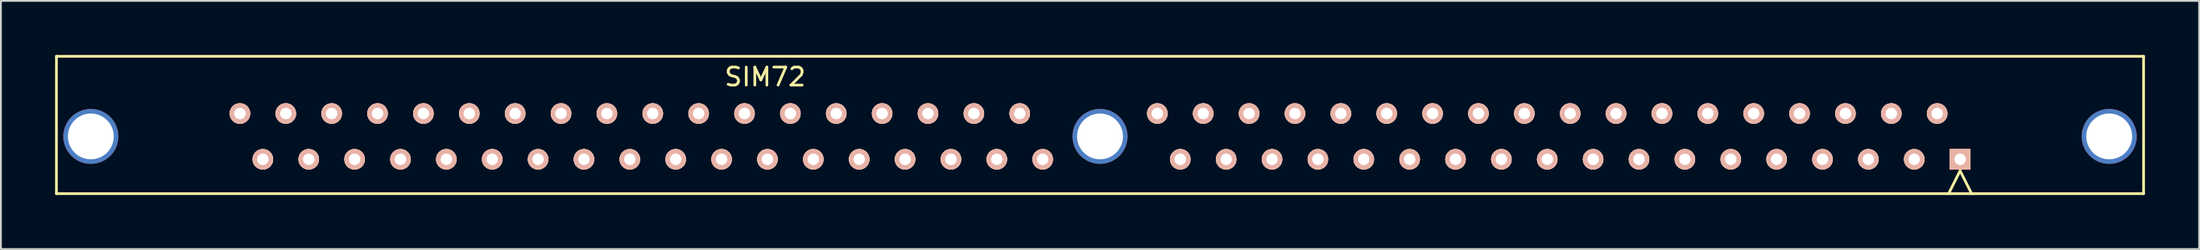
<source format=kicad_pcb>
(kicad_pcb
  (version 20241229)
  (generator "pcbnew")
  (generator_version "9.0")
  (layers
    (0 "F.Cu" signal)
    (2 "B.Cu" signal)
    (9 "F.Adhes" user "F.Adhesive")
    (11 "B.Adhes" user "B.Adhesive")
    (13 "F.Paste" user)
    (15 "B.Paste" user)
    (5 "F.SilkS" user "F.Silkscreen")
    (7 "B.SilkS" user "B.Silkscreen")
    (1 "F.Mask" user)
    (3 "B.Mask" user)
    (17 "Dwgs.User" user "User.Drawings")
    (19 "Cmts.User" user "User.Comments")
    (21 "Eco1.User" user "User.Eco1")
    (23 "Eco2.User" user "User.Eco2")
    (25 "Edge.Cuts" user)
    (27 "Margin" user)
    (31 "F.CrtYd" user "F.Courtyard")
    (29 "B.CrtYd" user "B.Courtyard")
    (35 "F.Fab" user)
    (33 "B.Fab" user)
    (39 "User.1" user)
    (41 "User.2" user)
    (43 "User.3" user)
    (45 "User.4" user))
  (footprint "SIM72"
    (layer "F.Cu")
    (at 57.86 4.52)
    (property "Reference" "SIM72" (at -18.542 -3.302 0) (layer "F.SilkS") (effects (font (size 1 1) (thickness 0.15))))
    (attr through_hole)
    (fp_line (start -57.785 -4.445) (end -57.785 3.175) (stroke (width 0.15) (type solid)) (layer "F.SilkS"))
    (fp_line (start -57.785 3.175) (end 57.785 3.175) (stroke (width 0.15) (type solid)) (layer "F.SilkS"))
    (fp_line (start 46.99 3.175) (end 47.625 1.905) (stroke (width 0.15) (type solid)) (layer "F.SilkS"))
    (fp_line (start 47.625 1.905) (end 48.26 3.175) (stroke (width 0.15) (type solid)) (layer "F.SilkS"))
    (fp_line (start 57.785 -4.445) (end -57.785 -4.445) (stroke (width 0.15) (type solid)) (layer "F.SilkS"))
    (fp_line (start 57.785 3.175) (end 57.785 -4.445) (stroke (width 0.15) (type solid)) (layer "F.SilkS"))
    (pad "" thru_hole circle (at -55.88 0) (size 3.048 3.048) (drill 2.54) (layers "*.Cu" "*.Mask"))
    (pad "" thru_hole circle (at 0 0) (size 3.048 3.048) (drill 2.54) (layers "*.Cu" "*.Mask"))
    (pad "" thru_hole circle (at 55.88 0) (size 3.048 3.048) (drill 2.54) (layers "*.Cu" "*.Mask"))
    (pad "1" thru_hole rect (at 47.625 1.27) (size 1.143 1.143) (drill 0.635) (layers "*.Cu" "*.SilkS" "*.Mask"))
    (pad "2" thru_hole circle (at 46.355 -1.27) (size 1.143 1.143) (drill 0.635) (layers "*.Cu" "*.SilkS" "*.Mask"))
    (pad "3" thru_hole circle (at 45.085 1.27) (size 1.143 1.143) (drill 0.635) (layers "*.Cu" "*.SilkS" "*.Mask"))
    (pad "4" thru_hole circle (at 43.815 -1.27) (size 1.143 1.143) (drill 0.635) (layers "*.Cu" "*.SilkS" "*.Mask"))
    (pad "5" thru_hole circle (at 42.545 1.27) (size 1.143 1.143) (drill 0.635) (layers "*.Cu" "*.SilkS" "*.Mask"))
    (pad "6" thru_hole circle (at 41.275 -1.27) (size 1.143 1.143) (drill 0.635) (layers "*.Cu" "*.SilkS" "*.Mask"))
    (pad "7" thru_hole circle (at 40.005 1.27) (size 1.143 1.143) (drill 0.635) (layers "*.Cu" "*.SilkS" "*.Mask"))
    (pad "8" thru_hole circle (at 38.735 -1.27) (size 1.143 1.143) (drill 0.635) (layers "*.Cu" "*.SilkS" "*.Mask"))
    (pad "9" thru_hole circle (at 37.465 1.27) (size 1.143 1.143) (drill 0.635) (layers "*.Cu" "*.SilkS" "*.Mask"))
    (pad "10" thru_hole circle (at 36.195 -1.27) (size 1.143 1.143) (drill 0.635) (layers "*.Cu" "*.SilkS" "*.Mask"))
    (pad "11" thru_hole circle (at 34.925 1.27) (size 1.143 1.143) (drill 0.635) (layers "*.Cu" "*.SilkS" "*.Mask"))
    (pad "12" thru_hole circle (at 33.655 -1.27) (size 1.143 1.143) (drill 0.635) (layers "*.Cu" "*.SilkS" "*.Mask"))
    (pad "13" thru_hole circle (at 32.385 1.27) (size 1.143 1.143) (drill 0.635) (layers "*.Cu" "*.SilkS" "*.Mask"))
    (pad "14" thru_hole circle (at 31.115 -1.27) (size 1.143 1.143) (drill 0.635) (layers "*.Cu" "*.SilkS" "*.Mask"))
    (pad "15" thru_hole circle (at 29.845 1.27) (size 1.143 1.143) (drill 0.635) (layers "*.Cu" "*.SilkS" "*.Mask"))
    (pad "16" thru_hole circle (at 28.575 -1.27) (size 1.143 1.143) (drill 0.635) (layers "*.Cu" "*.SilkS" "*.Mask"))
    (pad "17" thru_hole circle (at 27.305 1.27) (size 1.143 1.143) (drill 0.635) (layers "*.Cu" "*.SilkS" "*.Mask"))
    (pad "18" thru_hole circle (at 26.035 -1.27) (size 1.143 1.143) (drill 0.635) (layers "*.Cu" "*.SilkS" "*.Mask"))
    (pad "19" thru_hole circle (at 24.765 1.27) (size 1.143 1.143) (drill 0.635) (layers "*.Cu" "*.SilkS" "*.Mask"))
    (pad "20" thru_hole circle (at 23.495 -1.27) (size 1.143 1.143) (drill 0.635) (layers "*.Cu" "*.SilkS" "*.Mask"))
    (pad "21" thru_hole circle (at 22.225 1.27) (size 1.143 1.143) (drill 0.635) (layers "*.Cu" "*.SilkS" "*.Mask"))
    (pad "22" thru_hole circle (at 20.955 -1.27) (size 1.143 1.143) (drill 0.635) (layers "*.Cu" "*.SilkS" "*.Mask"))
    (pad "23" thru_hole circle (at 19.685 1.27) (size 1.143 1.143) (drill 0.635) (layers "*.Cu" "*.SilkS" "*.Mask"))
    (pad "24" thru_hole circle (at 18.415 -1.27) (size 1.143 1.143) (drill 0.635) (layers "*.Cu" "*.SilkS" "*.Mask"))
    (pad "25" thru_hole circle (at 17.145 1.27) (size 1.143 1.143) (drill 0.635) (layers "*.Cu" "*.SilkS" "*.Mask"))
    (pad "26" thru_hole circle (at 15.875 -1.27) (size 1.143 1.143) (drill 0.635) (layers "*.Cu" "*.SilkS" "*.Mask"))
    (pad "27" thru_hole circle (at 14.605 1.27) (size 1.143 1.143) (drill 0.635) (layers "*.Cu" "*.SilkS" "*.Mask"))
    (pad "28" thru_hole circle (at 13.335 -1.27) (size 1.143 1.143) (drill 0.635) (layers "*.Cu" "*.SilkS" "*.Mask"))
    (pad "29" thru_hole circle (at 12.065 1.27) (size 1.143 1.143) (drill 0.635) (layers "*.Cu" "*.SilkS" "*.Mask"))
    (pad "30" thru_hole circle (at 10.795 -1.27) (size 1.143 1.143) (drill 0.635) (layers "*.Cu" "*.SilkS" "*.Mask"))
    (pad "31" thru_hole circle (at 9.525 1.27) (size 1.143 1.143) (drill 0.635) (layers "*.Cu" "*.SilkS" "*.Mask"))
    (pad "32" thru_hole circle (at 8.255 -1.27) (size 1.143 1.143) (drill 0.635) (layers "*.Cu" "*.SilkS" "*.Mask"))
    (pad "33" thru_hole circle (at 6.985 1.27) (size 1.143 1.143) (drill 0.635) (layers "*.Cu" "*.SilkS" "*.Mask"))
    (pad "34" thru_hole circle (at 5.715 -1.27) (size 1.143 1.143) (drill 0.635) (layers "*.Cu" "*.SilkS" "*.Mask"))
    (pad "35" thru_hole circle (at 4.445 1.27) (size 1.143 1.143) (drill 0.635) (layers "*.Cu" "*.SilkS" "*.Mask"))
    (pad "36" thru_hole circle (at 3.175 -1.27) (size 1.143 1.143) (drill 0.635) (layers "*.Cu" "*.SilkS" "*.Mask"))
    (pad "37" thru_hole circle (at -3.175 1.27) (size 1.143 1.143) (drill 0.635) (layers "*.Cu" "*.SilkS" "*.Mask"))
    (pad "38" thru_hole circle (at -4.445 -1.27) (size 1.143 1.143) (drill 0.635) (layers "*.Cu" "*.SilkS" "*.Mask"))
    (pad "39" thru_hole circle (at -5.715 1.27) (size 1.143 1.143) (drill 0.635) (layers "*.Cu" "*.SilkS" "*.Mask"))
    (pad "40" thru_hole circle (at -6.985 -1.27) (size 1.143 1.143) (drill 0.635) (layers "*.Cu" "*.SilkS" "*.Mask"))
    (pad "41" thru_hole circle (at -8.255 1.27) (size 1.143 1.143) (drill 0.635) (layers "*.Cu" "*.SilkS" "*.Mask"))
    (pad "42" thru_hole circle (at -9.525 -1.27) (size 1.143 1.143) (drill 0.635) (layers "*.Cu" "*.SilkS" "*.Mask"))
    (pad "43" thru_hole circle (at -10.795 1.27) (size 1.143 1.143) (drill 0.635) (layers "*.Cu" "*.SilkS" "*.Mask"))
    (pad "44" thru_hole circle (at -12.065 -1.27) (size 1.143 1.143) (drill 0.635) (layers "*.Cu" "*.SilkS" "*.Mask"))
    (pad "45" thru_hole circle (at -13.335 1.27) (size 1.143 1.143) (drill 0.635) (layers "*.Cu" "*.SilkS" "*.Mask"))
    (pad "46" thru_hole circle (at -14.605 -1.27) (size 1.143 1.143) (drill 0.635) (layers "*.Cu" "*.SilkS" "*.Mask"))
    (pad "47" thru_hole circle (at -15.875 1.27) (size 1.143 1.143) (drill 0.635) (layers "*.Cu" "*.SilkS" "*.Mask"))
    (pad "48" thru_hole circle (at -17.145 -1.27) (size 1.143 1.143) (drill 0.635) (layers "*.Cu" "*.SilkS" "*.Mask"))
    (pad "49" thru_hole circle (at -18.415 1.27) (size 1.143 1.143) (drill 0.635) (layers "*.Cu" "*.SilkS" "*.Mask"))
    (pad "50" thru_hole circle (at -19.685 -1.27) (size 1.143 1.143) (drill 0.635) (layers "*.Cu" "*.SilkS" "*.Mask"))
    (pad "51" thru_hole circle (at -20.955 1.27) (size 1.143 1.143) (drill 0.635) (layers "*.Cu" "*.SilkS" "*.Mask"))
    (pad "52" thru_hole circle (at -22.225 -1.27) (size 1.143 1.143) (drill 0.635) (layers "*.Cu" "*.SilkS" "*.Mask"))
    (pad "53" thru_hole circle (at -23.495 1.27) (size 1.143 1.143) (drill 0.635) (layers "*.Cu" "*.SilkS" "*.Mask"))
    (pad "54" thru_hole circle (at -24.765 -1.27) (size 1.143 1.143) (drill 0.635) (layers "*.Cu" "*.SilkS" "*.Mask"))
    (pad "55" thru_hole circle (at -26.035 1.27) (size 1.143 1.143) (drill 0.635) (layers "*.Cu" "*.SilkS" "*.Mask"))
    (pad "56" thru_hole circle (at -27.305 -1.27) (size 1.143 1.143) (drill 0.635) (layers "*.Cu" "*.SilkS" "*.Mask"))
    (pad "57" thru_hole circle (at -28.575 1.27) (size 1.143 1.143) (drill 0.635) (layers "*.Cu" "*.SilkS" "*.Mask"))
    (pad "58" thru_hole circle (at -29.845 -1.27) (size 1.143 1.143) (drill 0.635) (layers "*.Cu" "*.SilkS" "*.Mask"))
    (pad "59" thru_hole circle (at -31.115 1.27) (size 1.143 1.143) (drill 0.635) (layers "*.Cu" "*.SilkS" "*.Mask"))
    (pad "60" thru_hole circle (at -32.385 -1.27) (size 1.143 1.143) (drill 0.635) (layers "*.Cu" "*.SilkS" "*.Mask"))
    (pad "61" thru_hole circle (at -33.655 1.27) (size 1.143 1.143) (drill 0.635) (layers "*.Cu" "*.SilkS" "*.Mask"))
    (pad "62" thru_hole circle (at -34.925 -1.27) (size 1.143 1.143) (drill 0.635) (layers "*.Cu" "*.SilkS" "*.Mask"))
    (pad "63" thru_hole circle (at -36.195 1.27) (size 1.143 1.143) (drill 0.635) (layers "*.Cu" "*.SilkS" "*.Mask"))
    (pad "64" thru_hole circle (at -37.465 -1.27) (size 1.143 1.143) (drill 0.635) (layers "*.Cu" "*.SilkS" "*.Mask"))
    (pad "65" thru_hole circle (at -38.735 1.27) (size 1.143 1.143) (drill 0.635) (layers "*.Cu" "*.SilkS" "*.Mask"))
    (pad "66" thru_hole circle (at -40.005 -1.27) (size 1.143 1.143) (drill 0.635) (layers "*.Cu" "*.SilkS" "*.Mask"))
    (pad "67" thru_hole circle (at -41.275 1.27) (size 1.143 1.143) (drill 0.635) (layers "*.Cu" "*.SilkS" "*.Mask"))
    (pad "68" thru_hole circle (at -42.545 -1.27) (size 1.143 1.143) (drill 0.635) (layers "*.Cu" "*.SilkS" "*.Mask"))
    (pad "69" thru_hole circle (at -43.815 1.27) (size 1.143 1.143) (drill 0.635) (layers "*.Cu" "*.SilkS" "*.Mask"))
    (pad "70" thru_hole circle (at -45.085 -1.27) (size 1.143 1.143) (drill 0.635) (layers "*.Cu" "*.SilkS" "*.Mask"))
    (pad "71" thru_hole circle (at -46.355 1.27) (size 1.143 1.143) (drill 0.635) (layers "*.Cu" "*.SilkS" "*.Mask"))
    (pad "72" thru_hole circle (at -47.625 -1.27) (size 1.143 1.143) (drill 0.635) (layers "*.Cu" "*.SilkS" "*.Mask")))
  (gr_rect
    (start -3 -3)
    (end 118.72 10.77)
    (stroke (width 0.1) (type default))
    (fill no)
    (layer "Edge.Cuts")))
</source>
